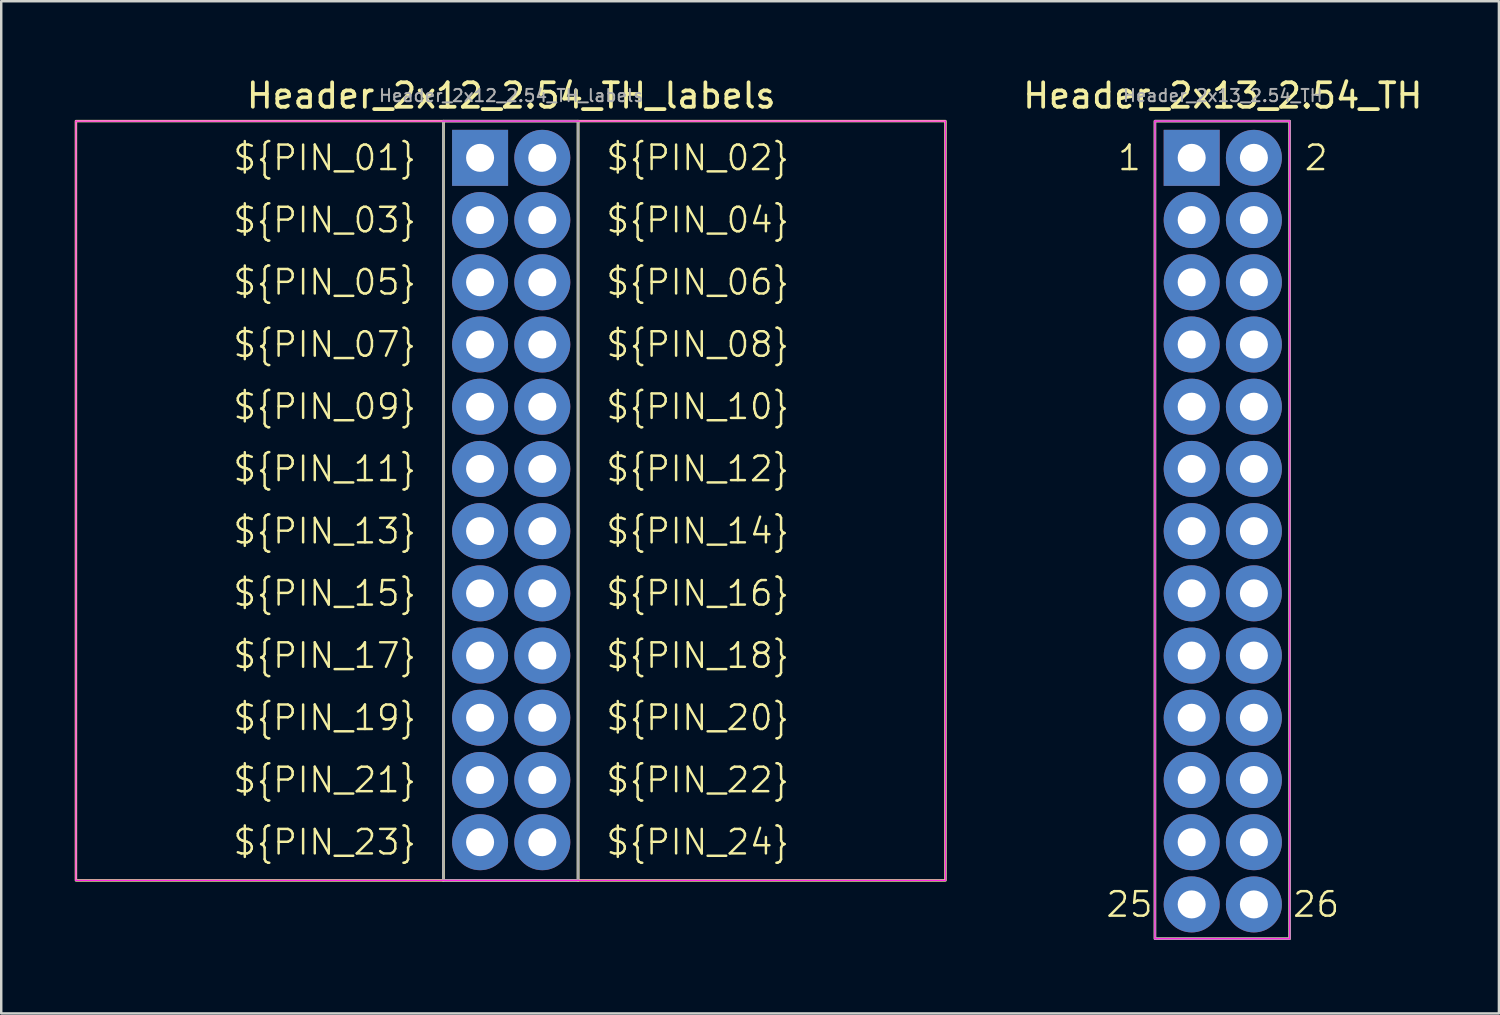
<source format=kicad_pcb>
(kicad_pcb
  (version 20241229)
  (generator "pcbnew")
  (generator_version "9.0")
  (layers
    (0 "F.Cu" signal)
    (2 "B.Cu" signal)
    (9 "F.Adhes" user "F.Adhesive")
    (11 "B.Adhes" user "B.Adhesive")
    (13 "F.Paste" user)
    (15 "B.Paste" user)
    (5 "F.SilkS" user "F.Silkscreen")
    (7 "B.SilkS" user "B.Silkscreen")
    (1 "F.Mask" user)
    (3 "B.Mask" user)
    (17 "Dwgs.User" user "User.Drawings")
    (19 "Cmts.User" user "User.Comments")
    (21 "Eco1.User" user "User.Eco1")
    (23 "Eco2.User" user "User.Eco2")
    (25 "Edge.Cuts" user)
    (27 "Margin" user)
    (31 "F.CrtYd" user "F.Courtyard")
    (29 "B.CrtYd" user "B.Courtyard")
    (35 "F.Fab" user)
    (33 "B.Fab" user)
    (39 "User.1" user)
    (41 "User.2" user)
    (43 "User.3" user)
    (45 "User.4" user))
  (footprint "Header_2x12_2.54_TH_labels"
    (layer "F.Cu")
    (at 16.55 3.394)
    (property "Reference" "Header_2x12_2.54_TH_labels" (at 1.27 -2.54 0) (layer "F.SilkS") (effects (font (size 1 1) (thickness 0.153))))
    (attr through_hole)
    (fp_rect (start -16.5 -1.5) (end -1.5 29.5) (stroke (width 0.1) (type default)) (fill no) (layer "F.SilkS"))
    (fp_rect (start -1.5 -1.5) (end 4 29.5) (stroke (width 0.1) (type default)) (fill no) (layer "F.SilkS"))
    (fp_rect (start 4 -1.5) (end 19 29.5) (stroke (width 0.1) (type default)) (fill no) (layer "F.SilkS"))
    (fp_line (start -16.5 -1.5) (end 19 -1.5) (stroke (width 0.05) (type default)) (layer "F.CrtYd"))
    (fp_line (start -16.5 29.5) (end -16.5 -1.5) (stroke (width 0.05) (type default)) (layer "F.CrtYd"))
    (fp_line (start 19 -1.5) (end 19 29.5) (stroke (width 0.05) (type default)) (layer "F.CrtYd"))
    (fp_line (start 19 29.5) (end -16.5 29.5) (stroke (width 0.05) (type default)) (layer "F.CrtYd"))
    (fp_rect (start -1.5 -1.5) (end 4 29.5) (stroke (width 0.1) (type default)) (fill no) (layer "F.Fab"))
    (fp_text user "${PIN_04}" (at 5.08 2.54 0) (unlocked yes) (layer "F.SilkS") (effects (font (size 1 1) (thickness 0.1)) (justify left)))
    (fp_text user "${PIN_22}" (at 5.08 25.4 0) (unlocked yes) (layer "F.SilkS") (effects (font (size 1 1) (thickness 0.1)) (justify left)))
    (fp_text user "${PIN_11}" (at -2.54 12.7 0) (unlocked yes) (layer "F.SilkS") (effects (font (size 1 1) (thickness 0.1)) (justify right)))
    (fp_text user "${PIN_24}" (at 5.08 27.94 0) (unlocked yes) (layer "F.SilkS") (effects (font (size 1 1) (thickness 0.1)) (justify left)))
    (fp_text user "${PIN_12}" (at 5.08 12.7 0) (unlocked yes) (layer "F.SilkS") (effects (font (size 1 1) (thickness 0.1)) (justify left)))
    (fp_text user "${PIN_10}" (at 5.08 10.16 0) (unlocked yes) (layer "F.SilkS") (effects (font (size 1 1) (thickness 0.1)) (justify left)))
    (fp_text user "${PIN_16}" (at 5.08 17.78 0) (unlocked yes) (layer "F.SilkS") (effects (font (size 1 1) (thickness 0.1)) (justify left)))
    (fp_text user "${PIN_02}" (at 5.08 0 0) (unlocked yes) (layer "F.SilkS") (effects (font (size 1 1) (thickness 0.1)) (justify left)))
    (fp_text user "${PIN_09}" (at -2.54 10.16 0) (unlocked yes) (layer "F.SilkS") (effects (font (size 1 1) (thickness 0.1)) (justify right)))
    (fp_text user "${PIN_03}" (at -2.54 2.54 0) (unlocked yes) (layer "F.SilkS") (effects (font (size 1 1) (thickness 0.1)) (justify right)))
    (fp_text user "${PIN_07}" (at -2.54 7.62 0) (unlocked yes) (layer "F.SilkS") (effects (font (size 1 1) (thickness 0.1)) (justify right)))
    (fp_text user "${PIN_17}" (at -2.54 20.32 0) (unlocked yes) (layer "F.SilkS") (effects (font (size 1 1) (thickness 0.1)) (justify right)))
    (fp_text user "${PIN_23}" (at -2.54 27.94 0) (unlocked yes) (layer "F.SilkS") (effects (font (size 1 1) (thickness 0.1)) (justify right)))
    (fp_text user "${PIN_15}" (at -2.54 17.78 0) (unlocked yes) (layer "F.SilkS") (effects (font (size 1 1) (thickness 0.1)) (justify right)))
    (fp_text user "${PIN_08}" (at 5.08 7.62 0) (unlocked yes) (layer "F.SilkS") (effects (font (size 1 1) (thickness 0.1)) (justify left)))
    (fp_text user "${PIN_18}" (at 5.08 20.32 0) (unlocked yes) (layer "F.SilkS") (effects (font (size 1 1) (thickness 0.1)) (justify left)))
    (fp_text user "${PIN_14}" (at 5.08 15.24 0) (unlocked yes) (layer "F.SilkS") (effects (font (size 1 1) (thickness 0.1)) (justify left)))
    (fp_text user "${PIN_19}" (at -2.54 22.86 0) (unlocked yes) (layer "F.SilkS") (effects (font (size 1 1) (thickness 0.1)) (justify right)))
    (fp_text user "${PIN_01}" (at -2.54 0 0) (unlocked yes) (layer "F.SilkS") (effects (font (size 1 1) (thickness 0.1)) (justify right)))
    (fp_text user "${PIN_13}" (at -2.54 15.24 0) (unlocked yes) (layer "F.SilkS") (effects (font (size 1 1) (thickness 0.1)) (justify right)))
    (fp_text user "${PIN_06}" (at 5.08 5.08 0) (unlocked yes) (layer "F.SilkS") (effects (font (size 1 1) (thickness 0.1)) (justify left)))
    (fp_text user "${PIN_20}" (at 5.08 22.86 0) (unlocked yes) (layer "F.SilkS") (effects (font (size 1 1) (thickness 0.1)) (justify left)))
    (fp_text user "${PIN_21}" (at -2.54 25.4 0) (unlocked yes) (layer "F.SilkS") (effects (font (size 1 1) (thickness 0.1)) (justify right)))
    (fp_text user "${PIN_05}" (at -2.54 5.08 0) (unlocked yes) (layer "F.SilkS") (effects (font (size 1 1) (thickness 0.1)) (justify right)))
    (fp_text user "${REFERENCE}" (at 1.27 -2.54 0) (layer "F.Fab") (effects (font (size 0.5 0.5) (thickness 0.08))))
    (pad "1" thru_hole rect (at 0 0) (size 2.286 2.286) (drill 1.143) (layers "*.Cu" "*.Mask"))
    (pad "2" thru_hole circle (at 2.54 0) (size 2.286 2.286) (drill 1.143) (layers "*.Cu" "*.Mask"))
    (pad "3" thru_hole circle (at 0 2.54) (size 2.286 2.286) (drill 1.143) (layers "*.Cu" "*.Mask"))
    (pad "4" thru_hole circle (at 2.54 2.54) (size 2.286 2.286) (drill 1.143) (layers "*.Cu" "*.Mask"))
    (pad "5" thru_hole circle (at 0 5.08) (size 2.286 2.286) (drill 1.143) (layers "*.Cu" "*.Mask"))
    (pad "6" thru_hole circle (at 2.54 5.08) (size 2.286 2.286) (drill 1.143) (layers "*.Cu" "*.Mask"))
    (pad "7" thru_hole circle (at 0 7.62) (size 2.286 2.286) (drill 1.143) (layers "*.Cu" "*.Mask"))
    (pad "8" thru_hole circle (at 2.54 7.62) (size 2.286 2.286) (drill 1.143) (layers "*.Cu" "*.Mask"))
    (pad "9" thru_hole circle (at 0 10.16) (size 2.286 2.286) (drill 1.143) (layers "*.Cu" "*.Mask"))
    (pad "10" thru_hole circle (at 2.54 10.16) (size 2.286 2.286) (drill 1.143) (layers "*.Cu" "*.Mask"))
    (pad "11" thru_hole circle (at 0 12.7) (size 2.286 2.286) (drill 1.143) (layers "*.Cu" "*.Mask"))
    (pad "12" thru_hole circle (at 2.54 12.7) (size 2.286 2.286) (drill 1.143) (layers "*.Cu" "*.Mask"))
    (pad "13" thru_hole circle (at 0 15.24) (size 2.286 2.286) (drill 1.143) (layers "*.Cu" "*.Mask"))
    (pad "14" thru_hole circle (at 2.54 15.24) (size 2.286 2.286) (drill 1.143) (layers "*.Cu" "*.Mask"))
    (pad "15" thru_hole circle (at 0 17.78) (size 2.286 2.286) (drill 1.143) (layers "*.Cu" "*.Mask"))
    (pad "16" thru_hole circle (at 2.54 17.78) (size 2.286 2.286) (drill 1.143) (layers "*.Cu" "*.Mask"))
    (pad "17" thru_hole circle (at 0 20.32) (size 2.286 2.286) (drill 1.143) (layers "*.Cu" "*.Mask"))
    (pad "18" thru_hole circle (at 2.54 20.32) (size 2.286 2.286) (drill 1.143) (layers "*.Cu" "*.Mask"))
    (pad "19" thru_hole circle (at 0 22.86) (size 2.286 2.286) (drill 1.143) (layers "*.Cu" "*.Mask"))
    (pad "20" thru_hole circle (at 2.54 22.86) (size 2.286 2.286) (drill 1.143) (layers "*.Cu" "*.Mask"))
    (pad "21" thru_hole circle (at 0 25.4) (size 2.286 2.286) (drill 1.143) (layers "*.Cu" "*.Mask"))
    (pad "22" thru_hole circle (at 2.54 25.4) (size 2.286 2.286) (drill 1.143) (layers "*.Cu" "*.Mask"))
    (pad "23" thru_hole circle (at 0 27.94) (size 2.286 2.286) (drill 1.143) (layers "*.Cu" "*.Mask"))
    (pad "24" thru_hole circle (at 2.54 27.94) (size 2.286 2.286) (drill 1.143) (layers "*.Cu" "*.Mask")))
  (footprint "Header_2x13_2.54_TH"
    (layer "F.Cu")
    (at 45.602 3.394)
    (property "Reference" "Header_2x13_2.54_TH" (at 1.27 -2.54 0) (layer "F.SilkS") (effects (font (size 1 1) (thickness 0.153))))
    (attr through_hole)
    (fp_rect (start -1.5 -1.5) (end 4 31.88) (stroke (width 0.1) (type default)) (fill no) (layer "F.SilkS"))
    (fp_line (start -1.5 -1.5) (end 4 -1.5) (stroke (width 0.05) (type default)) (layer "F.CrtYd"))
    (fp_line (start -1.5 31.88) (end -1.5 -1.5) (stroke (width 0.05) (type default)) (layer "F.CrtYd"))
    (fp_line (start 4 -1.5) (end 4 31.88) (stroke (width 0.05) (type default)) (layer "F.CrtYd"))
    (fp_line (start 4 31.88) (end -1.5 31.88) (stroke (width 0.05) (type default)) (layer "F.CrtYd"))
    (fp_rect (start -1.5 -1.5) (end 4 31.88) (stroke (width 0.1) (type default)) (fill no) (layer "F.Fab"))
    (fp_text user "1" (at -2.54 0 0) (unlocked yes) (layer "F.SilkS") (effects (font (size 1 1) (thickness 0.1))))
    (fp_text user "2" (at 5.08 0 0) (unlocked yes) (layer "F.SilkS") (effects (font (size 1 1) (thickness 0.1))))
    (fp_text user "26" (at 5.08 30.48 0) (unlocked yes) (layer "F.SilkS") (effects (font (size 1 1) (thickness 0.1))))
    (fp_text user "25" (at -2.54 30.48 0) (unlocked yes) (layer "F.SilkS") (effects (font (size 1 1) (thickness 0.1))))
    (fp_text user "${REFERENCE}" (at 1.27 -2.54 0) (layer "F.Fab") (effects (font (size 0.5 0.5) (thickness 0.08))))
    (pad "1" thru_hole rect (at 0 0) (size 2.286 2.286) (drill 1.143) (layers "*.Cu" "*.Mask"))
    (pad "2" thru_hole circle (at 2.54 0) (size 2.286 2.286) (drill 1.143) (layers "*.Cu" "*.Mask"))
    (pad "3" thru_hole circle (at 0 2.54) (size 2.286 2.286) (drill 1.143) (layers "*.Cu" "*.Mask"))
    (pad "4" thru_hole circle (at 2.54 2.54) (size 2.286 2.286) (drill 1.143) (layers "*.Cu" "*.Mask"))
    (pad "5" thru_hole circle (at 0 5.08) (size 2.286 2.286) (drill 1.143) (layers "*.Cu" "*.Mask"))
    (pad "6" thru_hole circle (at 2.54 5.08) (size 2.286 2.286) (drill 1.143) (layers "*.Cu" "*.Mask"))
    (pad "7" thru_hole circle (at 0 7.62) (size 2.286 2.286) (drill 1.143) (layers "*.Cu" "*.Mask"))
    (pad "8" thru_hole circle (at 2.54 7.62) (size 2.286 2.286) (drill 1.143) (layers "*.Cu" "*.Mask"))
    (pad "9" thru_hole circle (at 0 10.16) (size 2.286 2.286) (drill 1.143) (layers "*.Cu" "*.Mask"))
    (pad "10" thru_hole circle (at 2.54 10.16) (size 2.286 2.286) (drill 1.143) (layers "*.Cu" "*.Mask"))
    (pad "11" thru_hole circle (at 0 12.7) (size 2.286 2.286) (drill 1.143) (layers "*.Cu" "*.Mask"))
    (pad "12" thru_hole circle (at 2.54 12.7) (size 2.286 2.286) (drill 1.143) (layers "*.Cu" "*.Mask"))
    (pad "13" thru_hole circle (at 0 15.24) (size 2.286 2.286) (drill 1.143) (layers "*.Cu" "*.Mask"))
    (pad "14" thru_hole circle (at 2.54 15.24) (size 2.286 2.286) (drill 1.143) (layers "*.Cu" "*.Mask"))
    (pad "15" thru_hole circle (at 0 17.78) (size 2.286 2.286) (drill 1.143) (layers "*.Cu" "*.Mask"))
    (pad "16" thru_hole circle (at 2.54 17.78) (size 2.286 2.286) (drill 1.143) (layers "*.Cu" "*.Mask"))
    (pad "17" thru_hole circle (at 0 20.32) (size 2.286 2.286) (drill 1.143) (layers "*.Cu" "*.Mask"))
    (pad "18" thru_hole circle (at 2.54 20.32) (size 2.286 2.286) (drill 1.143) (layers "*.Cu" "*.Mask"))
    (pad "19" thru_hole circle (at 0 22.86) (size 2.286 2.286) (drill 1.143) (layers "*.Cu" "*.Mask"))
    (pad "20" thru_hole circle (at 2.54 22.86) (size 2.286 2.286) (drill 1.143) (layers "*.Cu" "*.Mask"))
    (pad "21" thru_hole circle (at 0 25.4) (size 2.286 2.286) (drill 1.143) (layers "*.Cu" "*.Mask"))
    (pad "22" thru_hole circle (at 2.54 25.4) (size 2.286 2.286) (drill 1.143) (layers "*.Cu" "*.Mask"))
    (pad "23" thru_hole circle (at 0 27.94) (size 2.286 2.286) (drill 1.143) (layers "*.Cu" "*.Mask"))
    (pad "24" thru_hole circle (at 2.54 27.94) (size 2.286 2.286) (drill 1.143) (layers "*.Cu" "*.Mask"))
    (pad "25" thru_hole circle (at 0 30.48) (size 2.286 2.286) (drill 1.143) (layers "*.Cu" "*.Mask"))
    (pad "26" thru_hole circle (at 2.54 30.48) (size 2.286 2.286) (drill 1.143) (layers "*.Cu" "*.Mask")))
  (gr_rect
    (start -3 -3)
    (end 58.145 38.324)
    (stroke (width 0.1) (type default))
    (fill no)
    (layer "Edge.Cuts")))
</source>
